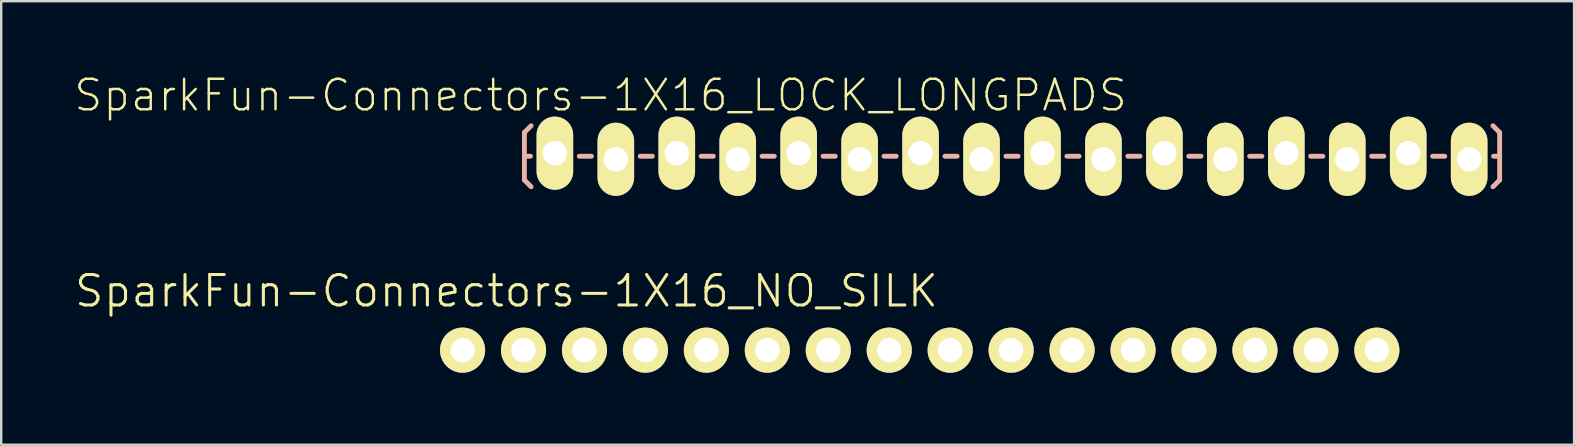
<source format=kicad_pcb>
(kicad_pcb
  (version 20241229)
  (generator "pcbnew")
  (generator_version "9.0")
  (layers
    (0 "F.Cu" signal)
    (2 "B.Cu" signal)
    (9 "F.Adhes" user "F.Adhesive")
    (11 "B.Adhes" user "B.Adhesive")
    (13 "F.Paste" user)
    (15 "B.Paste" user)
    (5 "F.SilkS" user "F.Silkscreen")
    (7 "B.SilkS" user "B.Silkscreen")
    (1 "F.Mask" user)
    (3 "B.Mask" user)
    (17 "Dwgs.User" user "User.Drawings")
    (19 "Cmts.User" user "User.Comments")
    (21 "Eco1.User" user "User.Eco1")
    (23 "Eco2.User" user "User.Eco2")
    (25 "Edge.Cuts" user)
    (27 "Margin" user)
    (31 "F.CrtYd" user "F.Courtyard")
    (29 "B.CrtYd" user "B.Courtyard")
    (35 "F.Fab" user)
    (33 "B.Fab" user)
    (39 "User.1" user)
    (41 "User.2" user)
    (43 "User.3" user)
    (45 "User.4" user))
  (footprint "SparkFun-Connectors-1X16_LOCK_LONGPADS"
    (layer "F.Cu")
    (at 20.073 3.461)
    (property "Reference" "SparkFun-Connectors-1X16_LOCK_LONGPADS" (at 1.905 -2.54 0) (layer "F.SilkS") (effects (font (size 1.27 1.27) (thickness 0.102))))
    (attr exclude_from_pos_files exclude_from_bom)
    (fp_line (start -0.292 -0.292) (end 0.292 -0.292) (stroke (width 0.066) (type solid)) (layer "F.SilkS"))
    (fp_line (start -0.292 0.292) (end -0.292 -0.292) (stroke (width 0.066) (type solid)) (layer "F.SilkS"))
    (fp_line (start -0.292 0.292) (end 0.292 0.292) (stroke (width 0.066) (type solid)) (layer "F.SilkS"))
    (fp_line (start 0.292 0.292) (end 0.292 -0.292) (stroke (width 0.066) (type solid)) (layer "F.SilkS"))
    (fp_line (start 2.248 -0.292) (end 2.832 -0.292) (stroke (width 0.066) (type solid)) (layer "F.SilkS"))
    (fp_line (start 2.248 0.292) (end 2.248 -0.292) (stroke (width 0.066) (type solid)) (layer "F.SilkS"))
    (fp_line (start 2.248 0.292) (end 2.832 0.292) (stroke (width 0.066) (type solid)) (layer "F.SilkS"))
    (fp_line (start 2.832 0.292) (end 2.832 -0.292) (stroke (width 0.066) (type solid)) (layer "F.SilkS"))
    (fp_line (start 4.788 -0.292) (end 5.372 -0.292) (stroke (width 0.066) (type solid)) (layer "F.SilkS"))
    (fp_line (start 4.788 0.292) (end 4.788 -0.292) (stroke (width 0.066) (type solid)) (layer "F.SilkS"))
    (fp_line (start 4.788 0.292) (end 5.372 0.292) (stroke (width 0.066) (type solid)) (layer "F.SilkS"))
    (fp_line (start 5.372 0.292) (end 5.372 -0.292) (stroke (width 0.066) (type solid)) (layer "F.SilkS"))
    (fp_line (start 7.328 -0.292) (end 7.912 -0.292) (stroke (width 0.066) (type solid)) (layer "F.SilkS"))
    (fp_line (start 7.328 0.292) (end 7.328 -0.292) (stroke (width 0.066) (type solid)) (layer "F.SilkS"))
    (fp_line (start 7.328 0.292) (end 7.912 0.292) (stroke (width 0.066) (type solid)) (layer "F.SilkS"))
    (fp_line (start 7.912 0.292) (end 7.912 -0.292) (stroke (width 0.066) (type solid)) (layer "F.SilkS"))
    (fp_line (start 9.868 -0.292) (end 10.452 -0.292) (stroke (width 0.066) (type solid)) (layer "F.SilkS"))
    (fp_line (start 9.868 0.292) (end 9.868 -0.292) (stroke (width 0.066) (type solid)) (layer "F.SilkS"))
    (fp_line (start 9.868 0.292) (end 10.452 0.292) (stroke (width 0.066) (type solid)) (layer "F.SilkS"))
    (fp_line (start 10.452 0.292) (end 10.452 -0.292) (stroke (width 0.066) (type solid)) (layer "F.SilkS"))
    (fp_line (start 12.408 -0.292) (end 12.992 -0.292) (stroke (width 0.066) (type solid)) (layer "F.SilkS"))
    (fp_line (start 12.408 0.292) (end 12.408 -0.292) (stroke (width 0.066) (type solid)) (layer "F.SilkS"))
    (fp_line (start 12.408 0.292) (end 12.992 0.292) (stroke (width 0.066) (type solid)) (layer "F.SilkS"))
    (fp_line (start 12.992 0.292) (end 12.992 -0.292) (stroke (width 0.066) (type solid)) (layer "F.SilkS"))
    (fp_line (start 14.948 -0.292) (end 15.532 -0.292) (stroke (width 0.066) (type solid)) (layer "F.SilkS"))
    (fp_line (start 14.948 0.292) (end 14.948 -0.292) (stroke (width 0.066) (type solid)) (layer "F.SilkS"))
    (fp_line (start 14.948 0.292) (end 15.532 0.292) (stroke (width 0.066) (type solid)) (layer "F.SilkS"))
    (fp_line (start 15.532 0.292) (end 15.532 -0.292) (stroke (width 0.066) (type solid)) (layer "F.SilkS"))
    (fp_line (start 17.488 -0.292) (end 18.072 -0.292) (stroke (width 0.066) (type solid)) (layer "F.SilkS"))
    (fp_line (start 17.488 0.292) (end 17.488 -0.292) (stroke (width 0.066) (type solid)) (layer "F.SilkS"))
    (fp_line (start 17.488 0.292) (end 18.072 0.292) (stroke (width 0.066) (type solid)) (layer "F.SilkS"))
    (fp_line (start 18.072 0.292) (end 18.072 -0.292) (stroke (width 0.066) (type solid)) (layer "F.SilkS"))
    (fp_line (start 20.028 -0.292) (end 20.612 -0.292) (stroke (width 0.066) (type solid)) (layer "F.SilkS"))
    (fp_line (start 20.028 0.292) (end 20.028 -0.292) (stroke (width 0.066) (type solid)) (layer "F.SilkS"))
    (fp_line (start 20.028 0.292) (end 20.612 0.292) (stroke (width 0.066) (type solid)) (layer "F.SilkS"))
    (fp_line (start 20.612 0.292) (end 20.612 -0.292) (stroke (width 0.066) (type solid)) (layer "F.SilkS"))
    (fp_line (start 22.568 -0.292) (end 23.152 -0.292) (stroke (width 0.066) (type solid)) (layer "F.SilkS"))
    (fp_line (start 22.568 0.292) (end 22.568 -0.292) (stroke (width 0.066) (type solid)) (layer "F.SilkS"))
    (fp_line (start 22.568 0.292) (end 23.152 0.292) (stroke (width 0.066) (type solid)) (layer "F.SilkS"))
    (fp_line (start 23.152 0.292) (end 23.152 -0.292) (stroke (width 0.066) (type solid)) (layer "F.SilkS"))
    (fp_line (start 25.108 -0.292) (end 25.692 -0.292) (stroke (width 0.066) (type solid)) (layer "F.SilkS"))
    (fp_line (start 25.108 0.292) (end 25.108 -0.292) (stroke (width 0.066) (type solid)) (layer "F.SilkS"))
    (fp_line (start 25.108 0.292) (end 25.692 0.292) (stroke (width 0.066) (type solid)) (layer "F.SilkS"))
    (fp_line (start 25.692 0.292) (end 25.692 -0.292) (stroke (width 0.066) (type solid)) (layer "F.SilkS"))
    (fp_line (start 27.648 -0.292) (end 28.232 -0.292) (stroke (width 0.066) (type solid)) (layer "F.SilkS"))
    (fp_line (start 27.648 0.292) (end 27.648 -0.292) (stroke (width 0.066) (type solid)) (layer "F.SilkS"))
    (fp_line (start 27.648 0.292) (end 28.232 0.292) (stroke (width 0.066) (type solid)) (layer "F.SilkS"))
    (fp_line (start 28.232 0.292) (end 28.232 -0.292) (stroke (width 0.066) (type solid)) (layer "F.SilkS"))
    (fp_line (start 30.185 -0.292) (end 30.772 -0.292) (stroke (width 0.066) (type solid)) (layer "F.SilkS"))
    (fp_line (start 30.185 0.292) (end 30.185 -0.292) (stroke (width 0.066) (type solid)) (layer "F.SilkS"))
    (fp_line (start 30.185 0.292) (end 30.772 0.292) (stroke (width 0.066) (type solid)) (layer "F.SilkS"))
    (fp_line (start 30.772 0.292) (end 30.772 -0.292) (stroke (width 0.066) (type solid)) (layer "F.SilkS"))
    (fp_line (start 32.728 -0.292) (end 33.312 -0.292) (stroke (width 0.066) (type solid)) (layer "F.SilkS"))
    (fp_line (start 32.728 0.292) (end 32.728 -0.292) (stroke (width 0.066) (type solid)) (layer "F.SilkS"))
    (fp_line (start 32.728 0.292) (end 33.312 0.292) (stroke (width 0.066) (type solid)) (layer "F.SilkS"))
    (fp_line (start 33.312 0.292) (end 33.312 -0.292) (stroke (width 0.066) (type solid)) (layer "F.SilkS"))
    (fp_line (start 35.268 -0.292) (end 35.852 -0.292) (stroke (width 0.066) (type solid)) (layer "F.SilkS"))
    (fp_line (start 35.268 0.292) (end 35.268 -0.292) (stroke (width 0.066) (type solid)) (layer "F.SilkS"))
    (fp_line (start 35.268 0.292) (end 35.852 0.292) (stroke (width 0.066) (type solid)) (layer "F.SilkS"))
    (fp_line (start 35.852 0.292) (end 35.852 -0.292) (stroke (width 0.066) (type solid)) (layer "F.SilkS"))
    (fp_line (start 37.808 -0.292) (end 38.392 -0.292) (stroke (width 0.066) (type solid)) (layer "F.SilkS"))
    (fp_line (start 37.808 0.292) (end 37.808 -0.292) (stroke (width 0.066) (type solid)) (layer "F.SilkS"))
    (fp_line (start 37.808 0.292) (end 38.392 0.292) (stroke (width 0.066) (type solid)) (layer "F.SilkS"))
    (fp_line (start 38.392 0.292) (end 38.392 -0.292) (stroke (width 0.066) (type solid)) (layer "F.SilkS"))
    (fp_line (start -1.27 -0.991) (end -0.991 -1.27) (stroke (width 0.203) (type solid)) (layer "B.SilkS"))
    (fp_line (start -1.27 0) (end -1.27 -0.991) (stroke (width 0.203) (type solid)) (layer "B.SilkS"))
    (fp_line (start -1.27 0) (end -1.27 0.991) (stroke (width 0.203) (type solid)) (layer "B.SilkS"))
    (fp_line (start -1.27 0) (end -1.016 0) (stroke (width 0.203) (type solid)) (layer "B.SilkS"))
    (fp_line (start -1.27 0.991) (end -0.991 1.27) (stroke (width 0.203) (type solid)) (layer "B.SilkS"))
    (fp_line (start 1.524 0) (end 1.016 0) (stroke (width 0.203) (type solid)) (layer "B.SilkS"))
    (fp_line (start 4.064 0) (end 3.556 0) (stroke (width 0.203) (type solid)) (layer "B.SilkS"))
    (fp_line (start 6.604 0) (end 6.096 0) (stroke (width 0.203) (type solid)) (layer "B.SilkS"))
    (fp_line (start 9.144 0) (end 8.636 0) (stroke (width 0.203) (type solid)) (layer "B.SilkS"))
    (fp_line (start 11.684 0) (end 11.176 0) (stroke (width 0.203) (type solid)) (layer "B.SilkS"))
    (fp_line (start 14.224 0) (end 13.716 0) (stroke (width 0.203) (type solid)) (layer "B.SilkS"))
    (fp_line (start 16.764 0) (end 16.256 0) (stroke (width 0.203) (type solid)) (layer "B.SilkS"))
    (fp_line (start 19.304 0) (end 18.796 0) (stroke (width 0.203) (type solid)) (layer "B.SilkS"))
    (fp_line (start 21.844 0) (end 21.336 0) (stroke (width 0.203) (type solid)) (layer "B.SilkS"))
    (fp_line (start 24.384 0) (end 23.876 0) (stroke (width 0.203) (type solid)) (layer "B.SilkS"))
    (fp_line (start 26.924 0) (end 26.416 0) (stroke (width 0.203) (type solid)) (layer "B.SilkS"))
    (fp_line (start 29.464 0) (end 28.953 0) (stroke (width 0.203) (type solid)) (layer "B.SilkS"))
    (fp_line (start 32.004 0) (end 31.496 0) (stroke (width 0.203) (type solid)) (layer "B.SilkS"))
    (fp_line (start 34.544 0) (end 34.036 0) (stroke (width 0.203) (type solid)) (layer "B.SilkS"))
    (fp_line (start 37.084 0) (end 36.576 0) (stroke (width 0.203) (type solid)) (layer "B.SilkS"))
    (fp_line (start 39.37 -0.991) (end 39.091 -1.27) (stroke (width 0.203) (type solid)) (layer "B.SilkS"))
    (fp_line (start 39.37 0) (end 39.116 0) (stroke (width 0.203) (type solid)) (layer "B.SilkS"))
    (fp_line (start 39.37 0) (end 39.37 -0.991) (stroke (width 0.203) (type solid)) (layer "B.SilkS"))
    (fp_line (start 39.37 0) (end 39.37 0.991) (stroke (width 0.203) (type solid)) (layer "B.SilkS"))
    (fp_line (start 39.37 0.991) (end 39.091 1.27) (stroke (width 0.203) (type solid)) (layer "B.SilkS"))
    (pad "1" thru_hole oval (at 0 -0.127 180) (size 1.524 3.048) (drill 1.016) (layers "*.Cu" "F.Mask" "F.SilkS" "F.Paste"))
    (pad "2" thru_hole oval (at 2.54 0.127 180) (size 1.524 3.048) (drill 1.016) (layers "*.Cu" "F.Mask" "F.SilkS" "F.Paste"))
    (pad "3" thru_hole oval (at 5.08 -0.127 180) (size 1.524 3.048) (drill 1.016) (layers "*.Cu" "F.Mask" "F.SilkS" "F.Paste"))
    (pad "4" thru_hole oval (at 7.62 0.127 180) (size 1.524 3.048) (drill 1.016) (layers "*.Cu" "F.Mask" "F.SilkS" "F.Paste"))
    (pad "5" thru_hole oval (at 10.16 -0.127 180) (size 1.524 3.048) (drill 1.016) (layers "*.Cu" "F.Mask" "F.SilkS" "F.Paste"))
    (pad "6" thru_hole oval (at 12.7 0.127 180) (size 1.524 3.048) (drill 1.016) (layers "*.Cu" "F.Mask" "F.SilkS" "F.Paste"))
    (pad "7" thru_hole oval (at 15.24 -0.127 180) (size 1.524 3.048) (drill 1.016) (layers "*.Cu" "F.Mask" "F.SilkS" "F.Paste"))
    (pad "8" thru_hole oval (at 17.78 0.127 180) (size 1.524 3.048) (drill 1.016) (layers "*.Cu" "F.Mask" "F.SilkS" "F.Paste"))
    (pad "9" thru_hole oval (at 20.32 -0.127 180) (size 1.524 3.048) (drill 1.016) (layers "*.Cu" "F.Mask" "F.SilkS" "F.Paste"))
    (pad "10" thru_hole oval (at 22.86 0.127 180) (size 1.524 3.048) (drill 1.016) (layers "*.Cu" "F.Mask" "F.SilkS" "F.Paste"))
    (pad "11" thru_hole oval (at 25.4 -0.127 180) (size 1.524 3.048) (drill 1.016) (layers "*.Cu" "F.Mask" "F.SilkS" "F.Paste"))
    (pad "12" thru_hole oval (at 27.94 0.127 180) (size 1.524 3.048) (drill 1.016) (layers "*.Cu" "F.Mask" "F.SilkS" "F.Paste"))
    (pad "13" thru_hole oval (at 30.48 -0.127 180) (size 1.524 3.048) (drill 1.016) (layers "*.Cu" "F.Mask" "F.SilkS" "F.Paste"))
    (pad "14" thru_hole oval (at 33.02 0.127 180) (size 1.524 3.048) (drill 1.016) (layers "*.Cu" "F.Mask" "F.SilkS" "F.Paste"))
    (pad "15" thru_hole oval (at 35.56 -0.127 180) (size 1.524 3.048) (drill 1.016) (layers "*.Cu" "F.Mask" "F.SilkS" "F.Paste"))
    (pad "16" thru_hole oval (at 38.1 0.127 180) (size 1.524 3.048) (drill 1.016) (layers "*.Cu" "F.Mask" "F.SilkS" "F.Paste")))
  (footprint "SparkFun-Connectors-1X16_NO_SILK"
    (layer "F.Cu")
    (at 16.226 11.542)
    (property "Reference" "SparkFun-Connectors-1X16_NO_SILK" (at 1.829 -2.464 0) (layer "F.SilkS") (effects (font (size 1.27 1.27) (thickness 0.127))))
    (attr exclude_from_pos_files exclude_from_bom)
    (fp_line (start -0.254 -0.254) (end 0.254 -0.254) (stroke (width 0.066) (type solid)) (layer "F.SilkS"))
    (fp_line (start -0.254 0.254) (end -0.254 -0.254) (stroke (width 0.066) (type solid)) (layer "F.SilkS"))
    (fp_line (start -0.254 0.254) (end 0.254 0.254) (stroke (width 0.066) (type solid)) (layer "F.SilkS"))
    (fp_line (start 0.254 0.254) (end 0.254 -0.254) (stroke (width 0.066) (type solid)) (layer "F.SilkS"))
    (fp_line (start 2.286 -0.254) (end 2.794 -0.254) (stroke (width 0.066) (type solid)) (layer "F.SilkS"))
    (fp_line (start 2.286 0.254) (end 2.286 -0.254) (stroke (width 0.066) (type solid)) (layer "F.SilkS"))
    (fp_line (start 2.286 0.254) (end 2.794 0.254) (stroke (width 0.066) (type solid)) (layer "F.SilkS"))
    (fp_line (start 2.794 0.254) (end 2.794 -0.254) (stroke (width 0.066) (type solid)) (layer "F.SilkS"))
    (fp_line (start 4.826 -0.254) (end 5.334 -0.254) (stroke (width 0.066) (type solid)) (layer "F.SilkS"))
    (fp_line (start 4.826 0.254) (end 4.826 -0.254) (stroke (width 0.066) (type solid)) (layer "F.SilkS"))
    (fp_line (start 4.826 0.254) (end 5.334 0.254) (stroke (width 0.066) (type solid)) (layer "F.SilkS"))
    (fp_line (start 5.334 0.254) (end 5.334 -0.254) (stroke (width 0.066) (type solid)) (layer "F.SilkS"))
    (fp_line (start 7.366 -0.254) (end 7.874 -0.254) (stroke (width 0.066) (type solid)) (layer "F.SilkS"))
    (fp_line (start 7.366 0.254) (end 7.366 -0.254) (stroke (width 0.066) (type solid)) (layer "F.SilkS"))
    (fp_line (start 7.366 0.254) (end 7.874 0.254) (stroke (width 0.066) (type solid)) (layer "F.SilkS"))
    (fp_line (start 7.874 0.254) (end 7.874 -0.254) (stroke (width 0.066) (type solid)) (layer "F.SilkS"))
    (fp_line (start 9.906 -0.254) (end 10.414 -0.254) (stroke (width 0.066) (type solid)) (layer "F.SilkS"))
    (fp_line (start 9.906 0.254) (end 9.906 -0.254) (stroke (width 0.066) (type solid)) (layer "F.SilkS"))
    (fp_line (start 9.906 0.254) (end 10.414 0.254) (stroke (width 0.066) (type solid)) (layer "F.SilkS"))
    (fp_line (start 10.414 0.254) (end 10.414 -0.254) (stroke (width 0.066) (type solid)) (layer "F.SilkS"))
    (fp_line (start 12.446 -0.254) (end 12.954 -0.254) (stroke (width 0.066) (type solid)) (layer "F.SilkS"))
    (fp_line (start 12.446 0.254) (end 12.446 -0.254) (stroke (width 0.066) (type solid)) (layer "F.SilkS"))
    (fp_line (start 12.446 0.254) (end 12.954 0.254) (stroke (width 0.066) (type solid)) (layer "F.SilkS"))
    (fp_line (start 12.954 0.254) (end 12.954 -0.254) (stroke (width 0.066) (type solid)) (layer "F.SilkS"))
    (fp_line (start 14.986 -0.254) (end 15.494 -0.254) (stroke (width 0.066) (type solid)) (layer "F.SilkS"))
    (fp_line (start 14.986 0.254) (end 14.986 -0.254) (stroke (width 0.066) (type solid)) (layer "F.SilkS"))
    (fp_line (start 14.986 0.254) (end 15.494 0.254) (stroke (width 0.066) (type solid)) (layer "F.SilkS"))
    (fp_line (start 15.494 0.254) (end 15.494 -0.254) (stroke (width 0.066) (type solid)) (layer "F.SilkS"))
    (fp_line (start 17.523 -0.254) (end 18.034 -0.254) (stroke (width 0.066) (type solid)) (layer "F.SilkS"))
    (fp_line (start 17.523 0.254) (end 17.523 -0.254) (stroke (width 0.066) (type solid)) (layer "F.SilkS"))
    (fp_line (start 17.523 0.254) (end 18.034 0.254) (stroke (width 0.066) (type solid)) (layer "F.SilkS"))
    (fp_line (start 18.034 0.254) (end 18.034 -0.254) (stroke (width 0.066) (type solid)) (layer "F.SilkS"))
    (fp_line (start 20.066 -0.254) (end 20.574 -0.254) (stroke (width 0.066) (type solid)) (layer "F.SilkS"))
    (fp_line (start 20.066 0.254) (end 20.066 -0.254) (stroke (width 0.066) (type solid)) (layer "F.SilkS"))
    (fp_line (start 20.066 0.254) (end 20.574 0.254) (stroke (width 0.066) (type solid)) (layer "F.SilkS"))
    (fp_line (start 20.574 0.254) (end 20.574 -0.254) (stroke (width 0.066) (type solid)) (layer "F.SilkS"))
    (fp_line (start 22.606 -0.254) (end 23.114 -0.254) (stroke (width 0.066) (type solid)) (layer "F.SilkS"))
    (fp_line (start 22.606 0.254) (end 22.606 -0.254) (stroke (width 0.066) (type solid)) (layer "F.SilkS"))
    (fp_line (start 22.606 0.254) (end 23.114 0.254) (stroke (width 0.066) (type solid)) (layer "F.SilkS"))
    (fp_line (start 23.114 0.254) (end 23.114 -0.254) (stroke (width 0.066) (type solid)) (layer "F.SilkS"))
    (fp_line (start 25.146 -0.254) (end 25.654 -0.254) (stroke (width 0.066) (type solid)) (layer "F.SilkS"))
    (fp_line (start 25.146 0.254) (end 25.146 -0.254) (stroke (width 0.066) (type solid)) (layer "F.SilkS"))
    (fp_line (start 25.146 0.254) (end 25.654 0.254) (stroke (width 0.066) (type solid)) (layer "F.SilkS"))
    (fp_line (start 25.654 0.254) (end 25.654 -0.254) (stroke (width 0.066) (type solid)) (layer "F.SilkS"))
    (fp_line (start 27.686 -0.254) (end 28.194 -0.254) (stroke (width 0.066) (type solid)) (layer "F.SilkS"))
    (fp_line (start 27.686 0.254) (end 27.686 -0.254) (stroke (width 0.066) (type solid)) (layer "F.SilkS"))
    (fp_line (start 27.686 0.254) (end 28.194 0.254) (stroke (width 0.066) (type solid)) (layer "F.SilkS"))
    (fp_line (start 28.194 0.254) (end 28.194 -0.254) (stroke (width 0.066) (type solid)) (layer "F.SilkS"))
    (fp_line (start 30.226 -0.254) (end 30.734 -0.254) (stroke (width 0.066) (type solid)) (layer "F.SilkS"))
    (fp_line (start 30.226 0.254) (end 30.226 -0.254) (stroke (width 0.066) (type solid)) (layer "F.SilkS"))
    (fp_line (start 30.226 0.254) (end 30.734 0.254) (stroke (width 0.066) (type solid)) (layer "F.SilkS"))
    (fp_line (start 30.734 0.254) (end 30.734 -0.254) (stroke (width 0.066) (type solid)) (layer "F.SilkS"))
    (fp_line (start 32.766 -0.254) (end 33.274 -0.254) (stroke (width 0.066) (type solid)) (layer "F.SilkS"))
    (fp_line (start 32.766 0.254) (end 32.766 -0.254) (stroke (width 0.066) (type solid)) (layer "F.SilkS"))
    (fp_line (start 32.766 0.254) (end 33.274 0.254) (stroke (width 0.066) (type solid)) (layer "F.SilkS"))
    (fp_line (start 33.274 0.254) (end 33.274 -0.254) (stroke (width 0.066) (type solid)) (layer "F.SilkS"))
    (fp_line (start 35.303 -0.254) (end 35.814 -0.254) (stroke (width 0.066) (type solid)) (layer "F.SilkS"))
    (fp_line (start 35.303 0.254) (end 35.303 -0.254) (stroke (width 0.066) (type solid)) (layer "F.SilkS"))
    (fp_line (start 35.303 0.254) (end 35.814 0.254) (stroke (width 0.066) (type solid)) (layer "F.SilkS"))
    (fp_line (start 35.814 0.254) (end 35.814 -0.254) (stroke (width 0.066) (type solid)) (layer "F.SilkS"))
    (fp_line (start 37.846 -0.254) (end 38.354 -0.254) (stroke (width 0.066) (type solid)) (layer "F.SilkS"))
    (fp_line (start 37.846 0.254) (end 37.846 -0.254) (stroke (width 0.066) (type solid)) (layer "F.SilkS"))
    (fp_line (start 37.846 0.254) (end 38.354 0.254) (stroke (width 0.066) (type solid)) (layer "F.SilkS"))
    (fp_line (start 38.354 0.254) (end 38.354 -0.254) (stroke (width 0.066) (type solid)) (layer "F.SilkS"))
    (pad "1" thru_hole circle (at 0 0) (size 1.88 1.88) (drill 1.016) (layers "*.Cu" "F.Mask" "F.SilkS" "F.Paste"))
    (pad "2" thru_hole circle (at 2.54 0) (size 1.88 1.88) (drill 1.016) (layers "*.Cu" "F.Mask" "F.SilkS" "F.Paste"))
    (pad "3" thru_hole circle (at 5.08 0) (size 1.88 1.88) (drill 1.016) (layers "*.Cu" "F.Mask" "F.SilkS" "F.Paste"))
    (pad "4" thru_hole circle (at 7.62 0) (size 1.88 1.88) (drill 1.016) (layers "*.Cu" "F.Mask" "F.SilkS" "F.Paste"))
    (pad "5" thru_hole circle (at 10.16 0) (size 1.88 1.88) (drill 1.016) (layers "*.Cu" "F.Mask" "F.SilkS" "F.Paste"))
    (pad "6" thru_hole circle (at 12.7 0) (size 1.88 1.88) (drill 1.016) (layers "*.Cu" "F.Mask" "F.SilkS" "F.Paste"))
    (pad "7" thru_hole circle (at 15.24 0) (size 1.88 1.88) (drill 1.016) (layers "*.Cu" "F.Mask" "F.SilkS" "F.Paste"))
    (pad "8" thru_hole circle (at 17.78 0) (size 1.88 1.88) (drill 1.016) (layers "*.Cu" "F.Mask" "F.SilkS" "F.Paste"))
    (pad "9" thru_hole circle (at 20.32 0) (size 1.88 1.88) (drill 1.016) (layers "*.Cu" "F.Mask" "F.SilkS" "F.Paste"))
    (pad "10" thru_hole circle (at 22.86 0) (size 1.88 1.88) (drill 1.016) (layers "*.Cu" "F.Mask" "F.SilkS" "F.Paste"))
    (pad "11" thru_hole circle (at 25.4 0) (size 1.88 1.88) (drill 1.016) (layers "*.Cu" "F.Mask" "F.SilkS" "F.Paste"))
    (pad "12" thru_hole circle (at 27.94 0) (size 1.88 1.88) (drill 1.016) (layers "*.Cu" "F.Mask" "F.SilkS" "F.Paste"))
    (pad "13" thru_hole circle (at 30.48 0) (size 1.88 1.88) (drill 1.016) (layers "*.Cu" "F.Mask" "F.SilkS" "F.Paste"))
    (pad "14" thru_hole circle (at 33.02 0) (size 1.88 1.88) (drill 1.016) (layers "*.Cu" "F.Mask" "F.SilkS" "F.Paste"))
    (pad "15" thru_hole circle (at 35.56 0) (size 1.88 1.88) (drill 1.016) (layers "*.Cu" "F.Mask" "F.SilkS" "F.Paste"))
    (pad "16" thru_hole circle (at 38.1 0) (size 1.88 1.88) (drill 1.016) (layers "*.Cu" "F.Mask" "F.SilkS" "F.Paste")))
  (gr_rect
    (start -3 -3)
    (end 62.545 15.482)
    (stroke (width 0.1) (type default))
    (fill no)
    (layer "Edge.Cuts")))
</source>
